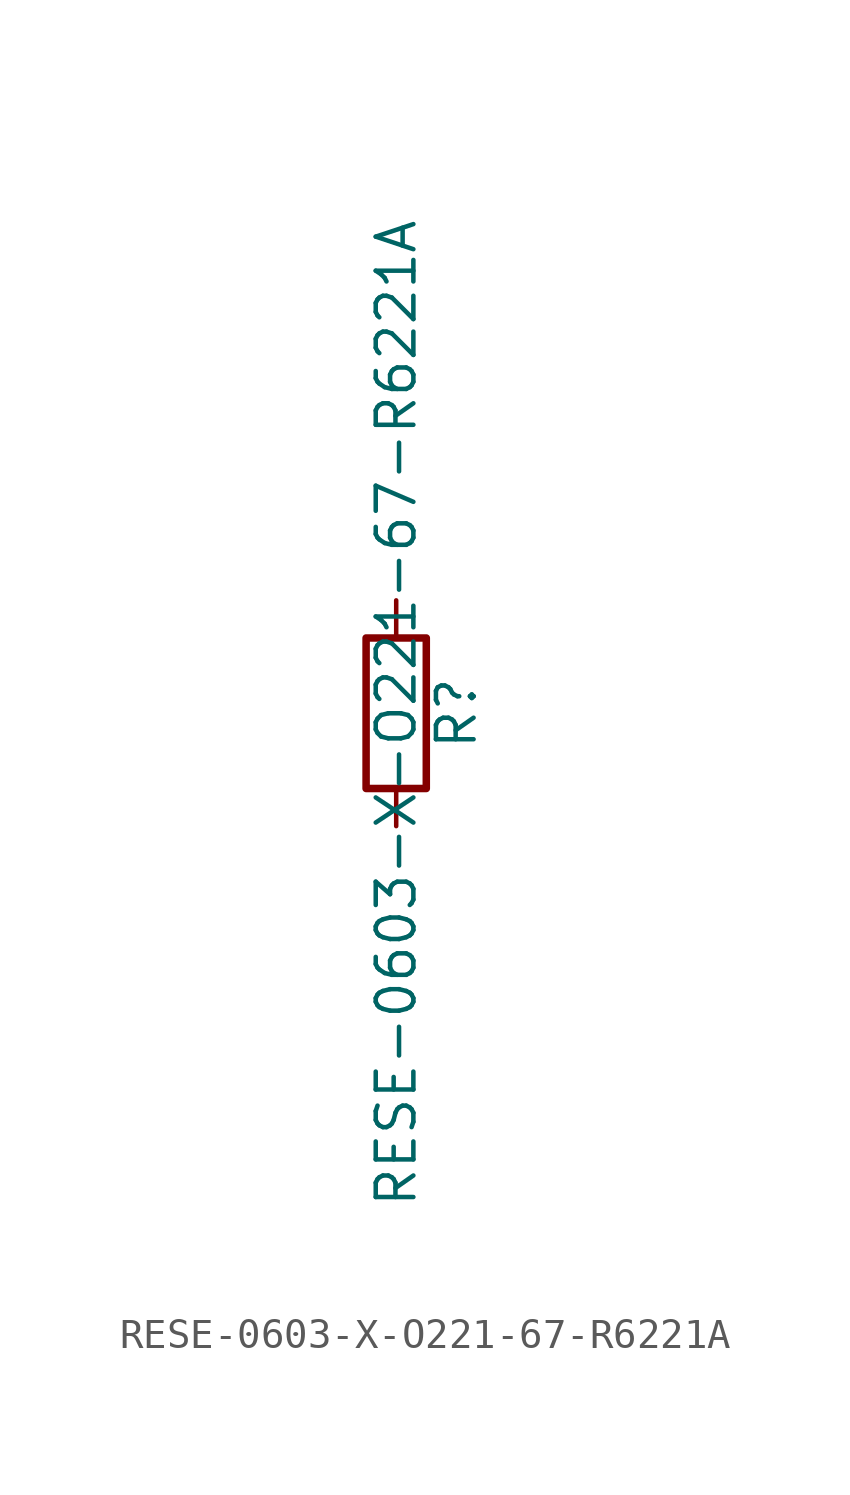
<source format=kicad_sym>
(kicad_symbol_lib
  (version 20211014)
  (generator kicad_symbol_editor)
  (symbol "RESE-0603-X-O221-67-R6221A"
    (pin_numbers hide)
    (pin_names
      (offset 0))
    (property "Reference" "R"
      (at 2.032 0 90)
      (effects (font (size 1.27 1.27))))
    (property "Value" "RESE-0603-X-O221-67-R6221A"
      (at 0 0 90)
      (effects (font (size 1.27 1.27))))
    (symbol "RESE-0603-X-O221-67-R6221A_0_1"
      (rectangle (start -1.016 -2.54) (end 1.016 2.54) (stroke (width 0.254) (type default) (color 0 0 0 0)) (fill (type none))))
    (symbol "RESE-0603-X-O221-67-R6221A_1_1"
      (pin passive line (at 0 3.81 270) (length 1.27) (name "~" (effects (font (size 1.27 1.27)))) (number "1" (effects (font (size 1.27 1.27)))))
      (pin passive line (at 0 -3.81 90) (length 1.27) (name "~" (effects (font (size 1.27 1.27)))) (number "2" (effects (font (size 1.27 1.27))))))))
</source>
